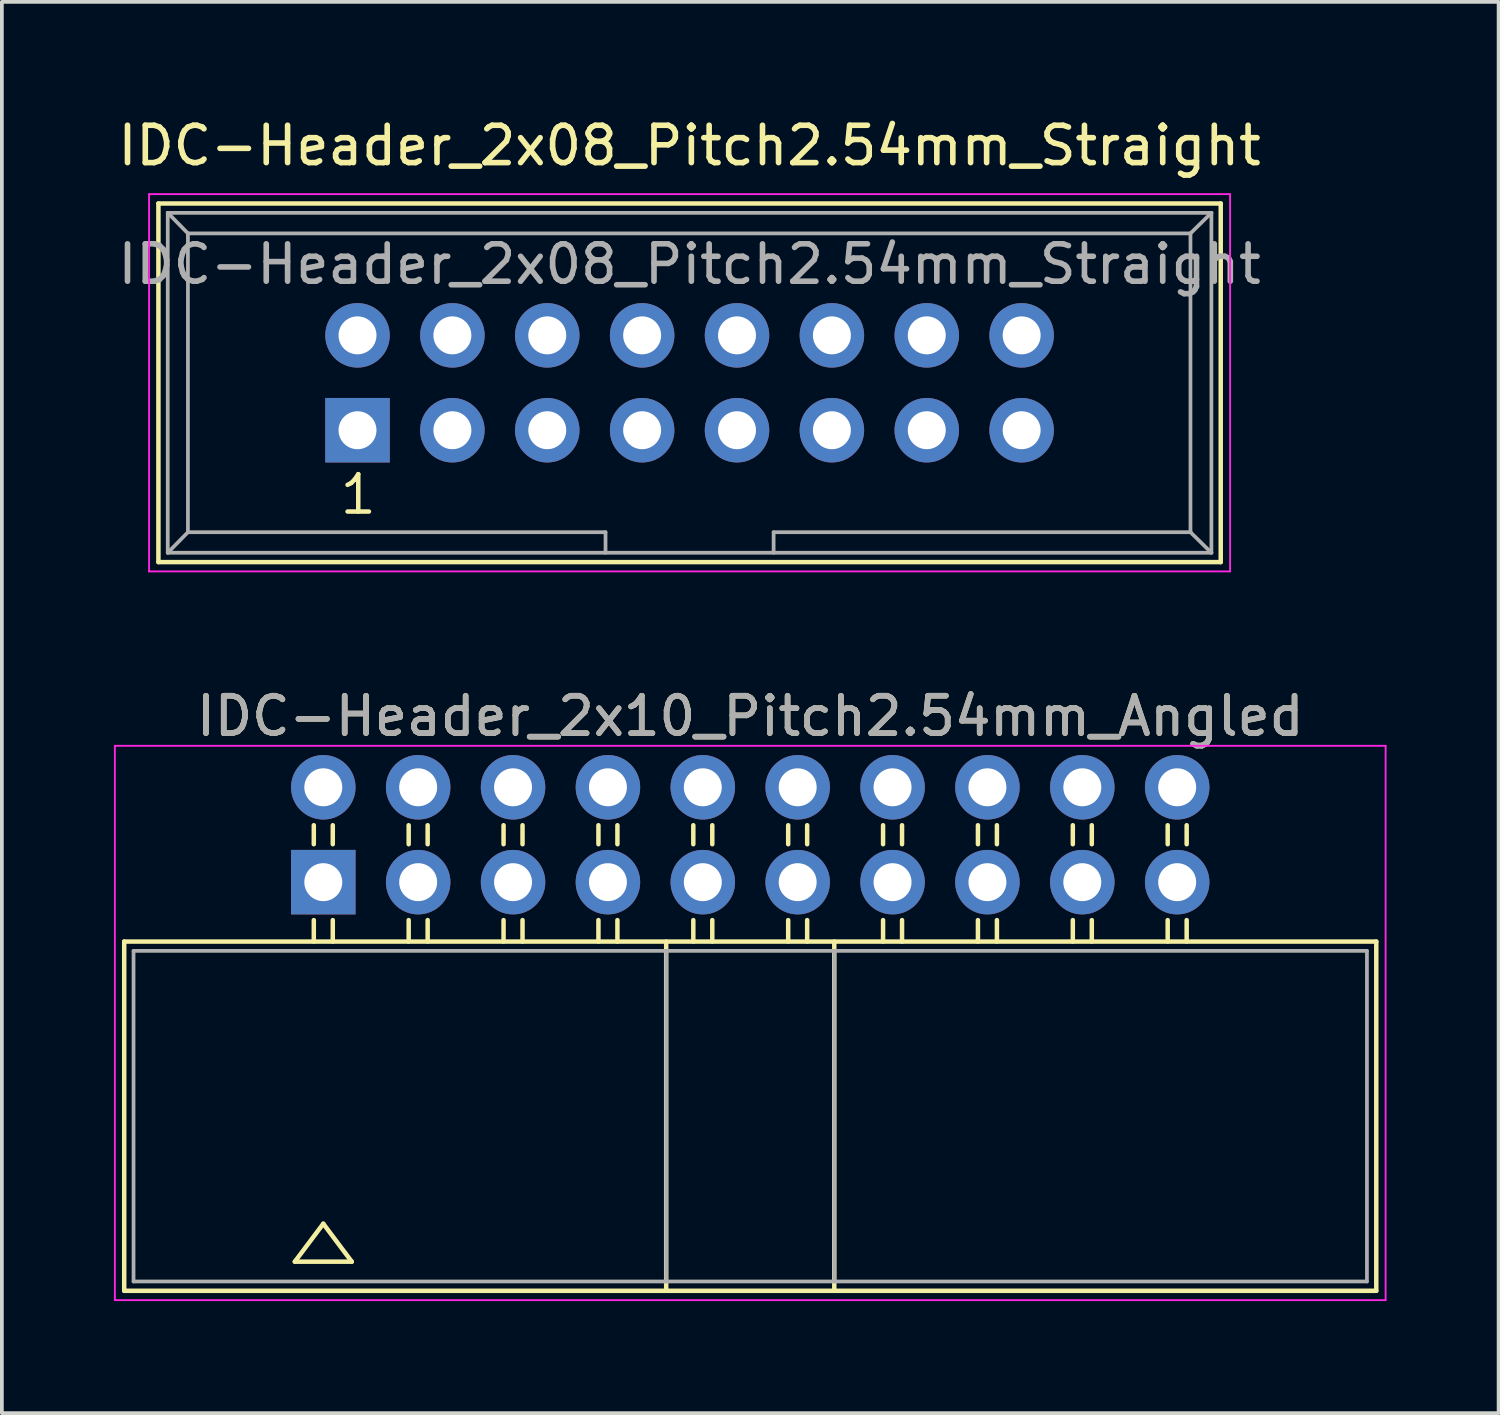
<source format=kicad_pcb>
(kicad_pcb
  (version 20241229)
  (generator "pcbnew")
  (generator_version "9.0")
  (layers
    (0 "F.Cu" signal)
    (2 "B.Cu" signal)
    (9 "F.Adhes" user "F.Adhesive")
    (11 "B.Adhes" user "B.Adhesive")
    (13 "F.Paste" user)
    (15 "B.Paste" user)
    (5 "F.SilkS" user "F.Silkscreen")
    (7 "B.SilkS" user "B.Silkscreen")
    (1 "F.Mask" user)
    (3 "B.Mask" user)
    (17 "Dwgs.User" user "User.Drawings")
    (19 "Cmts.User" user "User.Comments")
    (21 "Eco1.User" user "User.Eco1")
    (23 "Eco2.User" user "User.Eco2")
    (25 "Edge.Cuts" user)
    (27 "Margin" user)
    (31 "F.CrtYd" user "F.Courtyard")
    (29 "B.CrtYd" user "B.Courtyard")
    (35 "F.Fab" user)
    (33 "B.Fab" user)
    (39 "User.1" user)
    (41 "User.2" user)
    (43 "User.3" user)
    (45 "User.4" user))
  (footprint "IDC-Header_2x08_Pitch2.54mm_Straight"
    (layer "F.Cu")
    (at 6.521 8.468)
    (property "Reference" "IDC-Header_2x08_Pitch2.54mm_Straight" (at 8.89 -7.62 0) (layer "F.SilkS") (effects (font (size 1 1) (thickness 0.15))))
    (attr through_hole)
    (fp_line (start -5.33 -6.07) (end 23.11 -6.07) (stroke (width 0.12) (type solid)) (layer "F.SilkS"))
    (fp_line (start -5.33 3.53) (end -5.33 -6.07) (stroke (width 0.12) (type solid)) (layer "F.SilkS"))
    (fp_line (start 23.11 -6.07) (end 23.11 3.53) (stroke (width 0.12) (type solid)) (layer "F.SilkS"))
    (fp_line (start 23.11 3.53) (end -5.33 3.53) (stroke (width 0.12) (type solid)) (layer "F.SilkS"))
    (fp_line (start -5.58 -6.32) (end 23.36 -6.32) (stroke (width 0.05) (type solid)) (layer "F.CrtYd"))
    (fp_line (start -5.58 3.78) (end -5.58 -6.32) (stroke (width 0.05) (type solid)) (layer "F.CrtYd"))
    (fp_line (start 23.36 -6.32) (end 23.36 3.78) (stroke (width 0.05) (type solid)) (layer "F.CrtYd"))
    (fp_line (start 23.36 3.78) (end -5.58 3.78) (stroke (width 0.05) (type solid)) (layer "F.CrtYd"))
    (fp_line (start -5.08 -5.82) (end -5.08 3.28) (stroke (width 0.1) (type solid)) (layer "F.Fab"))
    (fp_line (start -5.08 -5.82) (end -4.54 -5.27) (stroke (width 0.1) (type solid)) (layer "F.Fab"))
    (fp_line (start -5.08 -5.82) (end 22.86 -5.82) (stroke (width 0.1) (type solid)) (layer "F.Fab"))
    (fp_line (start -5.08 3.28) (end -4.54 2.73) (stroke (width 0.1) (type solid)) (layer "F.Fab"))
    (fp_line (start -5.08 3.28) (end 22.86 3.28) (stroke (width 0.1) (type solid)) (layer "F.Fab"))
    (fp_line (start -4.54 -5.27) (end -4.54 2.73) (stroke (width 0.1) (type solid)) (layer "F.Fab"))
    (fp_line (start -4.54 -5.27) (end 22.3 -5.27) (stroke (width 0.1) (type solid)) (layer "F.Fab"))
    (fp_line (start -4.54 2.73) (end 6.64 2.73) (stroke (width 0.1) (type solid)) (layer "F.Fab"))
    (fp_line (start 6.64 2.73) (end 6.64 3.28) (stroke (width 0.1) (type solid)) (layer "F.Fab"))
    (fp_line (start 11.14 2.73) (end 11.14 3.28) (stroke (width 0.1) (type solid)) (layer "F.Fab"))
    (fp_line (start 11.14 2.73) (end 22.3 2.73) (stroke (width 0.1) (type solid)) (layer "F.Fab"))
    (fp_line (start 22.3 -5.27) (end 22.3 2.73) (stroke (width 0.1) (type solid)) (layer "F.Fab"))
    (fp_line (start 22.86 -5.82) (end 22.3 -5.27) (stroke (width 0.1) (type solid)) (layer "F.Fab"))
    (fp_line (start 22.86 -5.82) (end 22.86 3.28) (stroke (width 0.1) (type solid)) (layer "F.Fab"))
    (fp_line (start 22.86 3.28) (end 22.3 2.73) (stroke (width 0.1) (type solid)) (layer "F.Fab"))
    (fp_text user "1" (at 0.02 1.72 0) (layer "F.SilkS") (effects (font (size 1 1) (thickness 0.12))))
    (fp_text user "${REFERENCE}" (at 8.89 -4.445 0) (layer "F.Fab") (effects (font (size 1 1) (thickness 0.15))))
    (pad "1" thru_hole rect (at 0 0) (size 1.727 1.727) (drill 1.016) (layers "*.Cu" "*.Mask"))
    (pad "2" thru_hole oval (at 0 -2.54) (size 1.727 1.727) (drill 1.016) (layers "*.Cu" "*.Mask"))
    (pad "3" thru_hole oval (at 2.54 0) (size 1.727 1.727) (drill 1.016) (layers "*.Cu" "*.Mask"))
    (pad "4" thru_hole oval (at 2.54 -2.54) (size 1.727 1.727) (drill 1.016) (layers "*.Cu" "*.Mask"))
    (pad "5" thru_hole oval (at 5.08 0) (size 1.727 1.727) (drill 1.016) (layers "*.Cu" "*.Mask"))
    (pad "6" thru_hole oval (at 5.08 -2.54) (size 1.727 1.727) (drill 1.016) (layers "*.Cu" "*.Mask"))
    (pad "7" thru_hole oval (at 7.62 0) (size 1.727 1.727) (drill 1.016) (layers "*.Cu" "*.Mask"))
    (pad "8" thru_hole oval (at 7.62 -2.54) (size 1.727 1.727) (drill 1.016) (layers "*.Cu" "*.Mask"))
    (pad "9" thru_hole oval (at 10.16 0) (size 1.727 1.727) (drill 1.016) (layers "*.Cu" "*.Mask"))
    (pad "10" thru_hole oval (at 10.16 -2.54) (size 1.727 1.727) (drill 1.016) (layers "*.Cu" "*.Mask"))
    (pad "11" thru_hole oval (at 12.7 0) (size 1.727 1.727) (drill 1.016) (layers "*.Cu" "*.Mask"))
    (pad "12" thru_hole oval (at 12.7 -2.54) (size 1.727 1.727) (drill 1.016) (layers "*.Cu" "*.Mask"))
    (pad "13" thru_hole oval (at 15.24 0) (size 1.727 1.727) (drill 1.016) (layers "*.Cu" "*.Mask"))
    (pad "14" thru_hole oval (at 15.24 -2.54) (size 1.727 1.727) (drill 1.016) (layers "*.Cu" "*.Mask"))
    (pad "15" thru_hole oval (at 17.78 0) (size 1.727 1.727) (drill 1.016) (layers "*.Cu" "*.Mask"))
    (pad "16" thru_hole oval (at 17.78 -2.54) (size 1.727 1.727) (drill 1.016) (layers "*.Cu" "*.Mask")))
  (footprint "IDC-Header_2x10_Pitch2.54mm_Angled"
    (layer "F.Cu")
    (at 5.605 20.567)
    (property "Reference" "IDC-Header_2x10_Pitch2.54mm_Angled" (at 11.43 -4.445 0) (layer "F.SilkS") (effects (font (size 1 1) (thickness 0.15))))
    (attr through_hole)
    (fp_line (start -5.33 1.59) (end -5.33 10.94) (stroke (width 0.12) (type solid)) (layer "F.SilkS"))
    (fp_line (start -5.33 1.59) (end 28.19 1.59) (stroke (width 0.12) (type solid)) (layer "F.SilkS"))
    (fp_line (start -0.762 10.16) (end 0 9.144) (stroke (width 0.12) (type solid)) (layer "F.SilkS"))
    (fp_line (start -0.254 -1.524) (end -0.254 -1.016) (stroke (width 0.12) (type solid)) (layer "F.SilkS"))
    (fp_line (start -0.254 1.016) (end -0.254 1.59) (stroke (width 0.12) (type solid)) (layer "F.SilkS"))
    (fp_line (start 0 9.144) (end 0.762 10.16) (stroke (width 0.12) (type solid)) (layer "F.SilkS"))
    (fp_line (start 0.254 -1.524) (end 0.254 -1.016) (stroke (width 0.12) (type solid)) (layer "F.SilkS"))
    (fp_line (start 0.254 1.016) (end 0.254 1.59) (stroke (width 0.12) (type solid)) (layer "F.SilkS"))
    (fp_line (start 0.762 10.16) (end -0.762 10.16) (stroke (width 0.12) (type solid)) (layer "F.SilkS"))
    (fp_line (start 2.286 -1.524) (end 2.286 -1.016) (stroke (width 0.12) (type solid)) (layer "F.SilkS"))
    (fp_line (start 2.286 1.016) (end 2.286 1.59) (stroke (width 0.12) (type solid)) (layer "F.SilkS"))
    (fp_line (start 2.794 -1.524) (end 2.794 -1.016) (stroke (width 0.12) (type solid)) (layer "F.SilkS"))
    (fp_line (start 2.794 1.016) (end 2.794 1.59) (stroke (width 0.12) (type solid)) (layer "F.SilkS"))
    (fp_line (start 4.826 -1.524) (end 4.826 -1.016) (stroke (width 0.12) (type solid)) (layer "F.SilkS"))
    (fp_line (start 4.826 1.016) (end 4.826 1.59) (stroke (width 0.12) (type solid)) (layer "F.SilkS"))
    (fp_line (start 5.334 -1.524) (end 5.334 -1.016) (stroke (width 0.12) (type solid)) (layer "F.SilkS"))
    (fp_line (start 5.334 1.016) (end 5.334 1.59) (stroke (width 0.12) (type solid)) (layer "F.SilkS"))
    (fp_line (start 7.366 -1.524) (end 7.366 -1.016) (stroke (width 0.12) (type solid)) (layer "F.SilkS"))
    (fp_line (start 7.366 1.016) (end 7.366 1.59) (stroke (width 0.12) (type solid)) (layer "F.SilkS"))
    (fp_line (start 7.874 -1.524) (end 7.874 -1.016) (stroke (width 0.12) (type solid)) (layer "F.SilkS"))
    (fp_line (start 7.874 1.016) (end 7.874 1.59) (stroke (width 0.12) (type solid)) (layer "F.SilkS"))
    (fp_line (start 9.18 1.59) (end 9.18 10.94) (stroke (width 0.12) (type solid)) (layer "F.SilkS"))
    (fp_line (start 9.906 -1.524) (end 9.906 -1.016) (stroke (width 0.12) (type solid)) (layer "F.SilkS"))
    (fp_line (start 9.906 1.016) (end 9.906 1.59) (stroke (width 0.12) (type solid)) (layer "F.SilkS"))
    (fp_line (start 10.414 -1.524) (end 10.414 -1.016) (stroke (width 0.12) (type solid)) (layer "F.SilkS"))
    (fp_line (start 10.414 1.016) (end 10.414 1.59) (stroke (width 0.12) (type solid)) (layer "F.SilkS"))
    (fp_line (start 12.446 -1.524) (end 12.446 -1.016) (stroke (width 0.12) (type solid)) (layer "F.SilkS"))
    (fp_line (start 12.446 1.016) (end 12.446 1.59) (stroke (width 0.12) (type solid)) (layer "F.SilkS"))
    (fp_line (start 12.954 -1.524) (end 12.954 -1.016) (stroke (width 0.12) (type solid)) (layer "F.SilkS"))
    (fp_line (start 12.954 1.016) (end 12.954 1.59) (stroke (width 0.12) (type solid)) (layer "F.SilkS"))
    (fp_line (start 13.68 1.59) (end 13.68 10.94) (stroke (width 0.12) (type solid)) (layer "F.SilkS"))
    (fp_line (start 14.986 -1.524) (end 14.986 -1.016) (stroke (width 0.12) (type solid)) (layer "F.SilkS"))
    (fp_line (start 14.986 1.016) (end 14.986 1.59) (stroke (width 0.12) (type solid)) (layer "F.SilkS"))
    (fp_line (start 15.494 -1.524) (end 15.494 -1.016) (stroke (width 0.12) (type solid)) (layer "F.SilkS"))
    (fp_line (start 15.494 1.016) (end 15.494 1.59) (stroke (width 0.12) (type solid)) (layer "F.SilkS"))
    (fp_line (start 17.526 -1.524) (end 17.526 -1.016) (stroke (width 0.12) (type solid)) (layer "F.SilkS"))
    (fp_line (start 17.526 1.016) (end 17.526 1.59) (stroke (width 0.12) (type solid)) (layer "F.SilkS"))
    (fp_line (start 18.034 -1.524) (end 18.034 -1.016) (stroke (width 0.12) (type solid)) (layer "F.SilkS"))
    (fp_line (start 18.034 1.016) (end 18.034 1.59) (stroke (width 0.12) (type solid)) (layer "F.SilkS"))
    (fp_line (start 20.066 -1.524) (end 20.066 -1.016) (stroke (width 0.12) (type solid)) (layer "F.SilkS"))
    (fp_line (start 20.066 1.016) (end 20.066 1.59) (stroke (width 0.12) (type solid)) (layer "F.SilkS"))
    (fp_line (start 20.574 -1.524) (end 20.574 -1.016) (stroke (width 0.12) (type solid)) (layer "F.SilkS"))
    (fp_line (start 20.574 1.016) (end 20.574 1.59) (stroke (width 0.12) (type solid)) (layer "F.SilkS"))
    (fp_line (start 22.606 -1.524) (end 22.606 -1.016) (stroke (width 0.12) (type solid)) (layer "F.SilkS"))
    (fp_line (start 22.606 1.016) (end 22.606 1.59) (stroke (width 0.12) (type solid)) (layer "F.SilkS"))
    (fp_line (start 23.114 -1.524) (end 23.114 -1.016) (stroke (width 0.12) (type solid)) (layer "F.SilkS"))
    (fp_line (start 23.114 1.016) (end 23.114 1.59) (stroke (width 0.12) (type solid)) (layer "F.SilkS"))
    (fp_line (start 28.19 1.59) (end 28.19 10.94) (stroke (width 0.12) (type solid)) (layer "F.SilkS"))
    (fp_line (start 28.19 10.94) (end -5.33 10.94) (stroke (width 0.12) (type solid)) (layer "F.SilkS"))
    (fp_line (start -5.58 -3.65) (end 28.44 -3.65) (stroke (width 0.05) (type solid)) (layer "F.CrtYd"))
    (fp_line (start -5.58 11.19) (end -5.58 -3.65) (stroke (width 0.05) (type solid)) (layer "F.CrtYd"))
    (fp_line (start 28.44 -3.65) (end 28.44 11.19) (stroke (width 0.05) (type solid)) (layer "F.CrtYd"))
    (fp_line (start 28.44 11.19) (end -5.58 11.19) (stroke (width 0.05) (type solid)) (layer "F.CrtYd"))
    (fp_line (start -5.08 1.84) (end -5.08 10.69) (stroke (width 0.1) (type solid)) (layer "F.Fab"))
    (fp_line (start -5.08 1.84) (end 27.94 1.84) (stroke (width 0.1) (type solid)) (layer "F.Fab"))
    (fp_line (start -5.08 10.69) (end 27.94 10.69) (stroke (width 0.1) (type solid)) (layer "F.Fab"))
    (fp_line (start 9.18 1.84) (end 9.18 10.69) (stroke (width 0.1) (type solid)) (layer "F.Fab"))
    (fp_line (start 13.68 1.84) (end 13.68 10.69) (stroke (width 0.1) (type solid)) (layer "F.Fab"))
    (fp_line (start 27.94 1.84) (end 27.94 10.69) (stroke (width 0.1) (type solid)) (layer "F.Fab"))
    (fp_text user "${REFERENCE}" (at 11.43 -4.445 0) (layer "F.Fab") (effects (font (size 1 1) (thickness 0.15))))
    (pad "1" thru_hole rect (at 0 0) (size 1.727 1.727) (drill 1.016) (layers "*.Cu" "*.Mask"))
    (pad "2" thru_hole oval (at 0 -2.54) (size 1.727 1.727) (drill 1.016) (layers "*.Cu" "*.Mask"))
    (pad "3" thru_hole oval (at 2.54 0) (size 1.727 1.727) (drill 1.016) (layers "*.Cu" "*.Mask"))
    (pad "4" thru_hole oval (at 2.54 -2.54) (size 1.727 1.727) (drill 1.016) (layers "*.Cu" "*.Mask"))
    (pad "5" thru_hole oval (at 5.08 0) (size 1.727 1.727) (drill 1.016) (layers "*.Cu" "*.Mask"))
    (pad "6" thru_hole oval (at 5.08 -2.54) (size 1.727 1.727) (drill 1.016) (layers "*.Cu" "*.Mask"))
    (pad "7" thru_hole oval (at 7.62 0) (size 1.727 1.727) (drill 1.016) (layers "*.Cu" "*.Mask"))
    (pad "8" thru_hole oval (at 7.62 -2.54) (size 1.727 1.727) (drill 1.016) (layers "*.Cu" "*.Mask"))
    (pad "9" thru_hole oval (at 10.16 0) (size 1.727 1.727) (drill 1.016) (layers "*.Cu" "*.Mask"))
    (pad "10" thru_hole oval (at 10.16 -2.54) (size 1.727 1.727) (drill 1.016) (layers "*.Cu" "*.Mask"))
    (pad "11" thru_hole oval (at 12.7 0) (size 1.727 1.727) (drill 1.016) (layers "*.Cu" "*.Mask"))
    (pad "12" thru_hole oval (at 12.7 -2.54) (size 1.727 1.727) (drill 1.016) (layers "*.Cu" "*.Mask"))
    (pad "13" thru_hole oval (at 15.24 0) (size 1.727 1.727) (drill 1.016) (layers "*.Cu" "*.Mask"))
    (pad "14" thru_hole oval (at 15.24 -2.54) (size 1.727 1.727) (drill 1.016) (layers "*.Cu" "*.Mask"))
    (pad "15" thru_hole oval (at 17.78 0) (size 1.727 1.727) (drill 1.016) (layers "*.Cu" "*.Mask"))
    (pad "16" thru_hole oval (at 17.78 -2.54) (size 1.727 1.727) (drill 1.016) (layers "*.Cu" "*.Mask"))
    (pad "17" thru_hole oval (at 20.32 0) (size 1.727 1.727) (drill 1.016) (layers "*.Cu" "*.Mask"))
    (pad "18" thru_hole oval (at 20.32 -2.54) (size 1.727 1.727) (drill 1.016) (layers "*.Cu" "*.Mask"))
    (pad "19" thru_hole oval (at 22.86 0) (size 1.727 1.727) (drill 1.016) (layers "*.Cu" "*.Mask"))
    (pad "20" thru_hole oval (at 22.86 -2.54) (size 1.727 1.727) (drill 1.016) (layers "*.Cu" "*.Mask")))
  (gr_rect
    (start -3 -3)
    (end 37.07 34.782)
    (stroke (width 0.1) (type default))
    (fill no)
    (layer "Edge.Cuts")))
</source>
